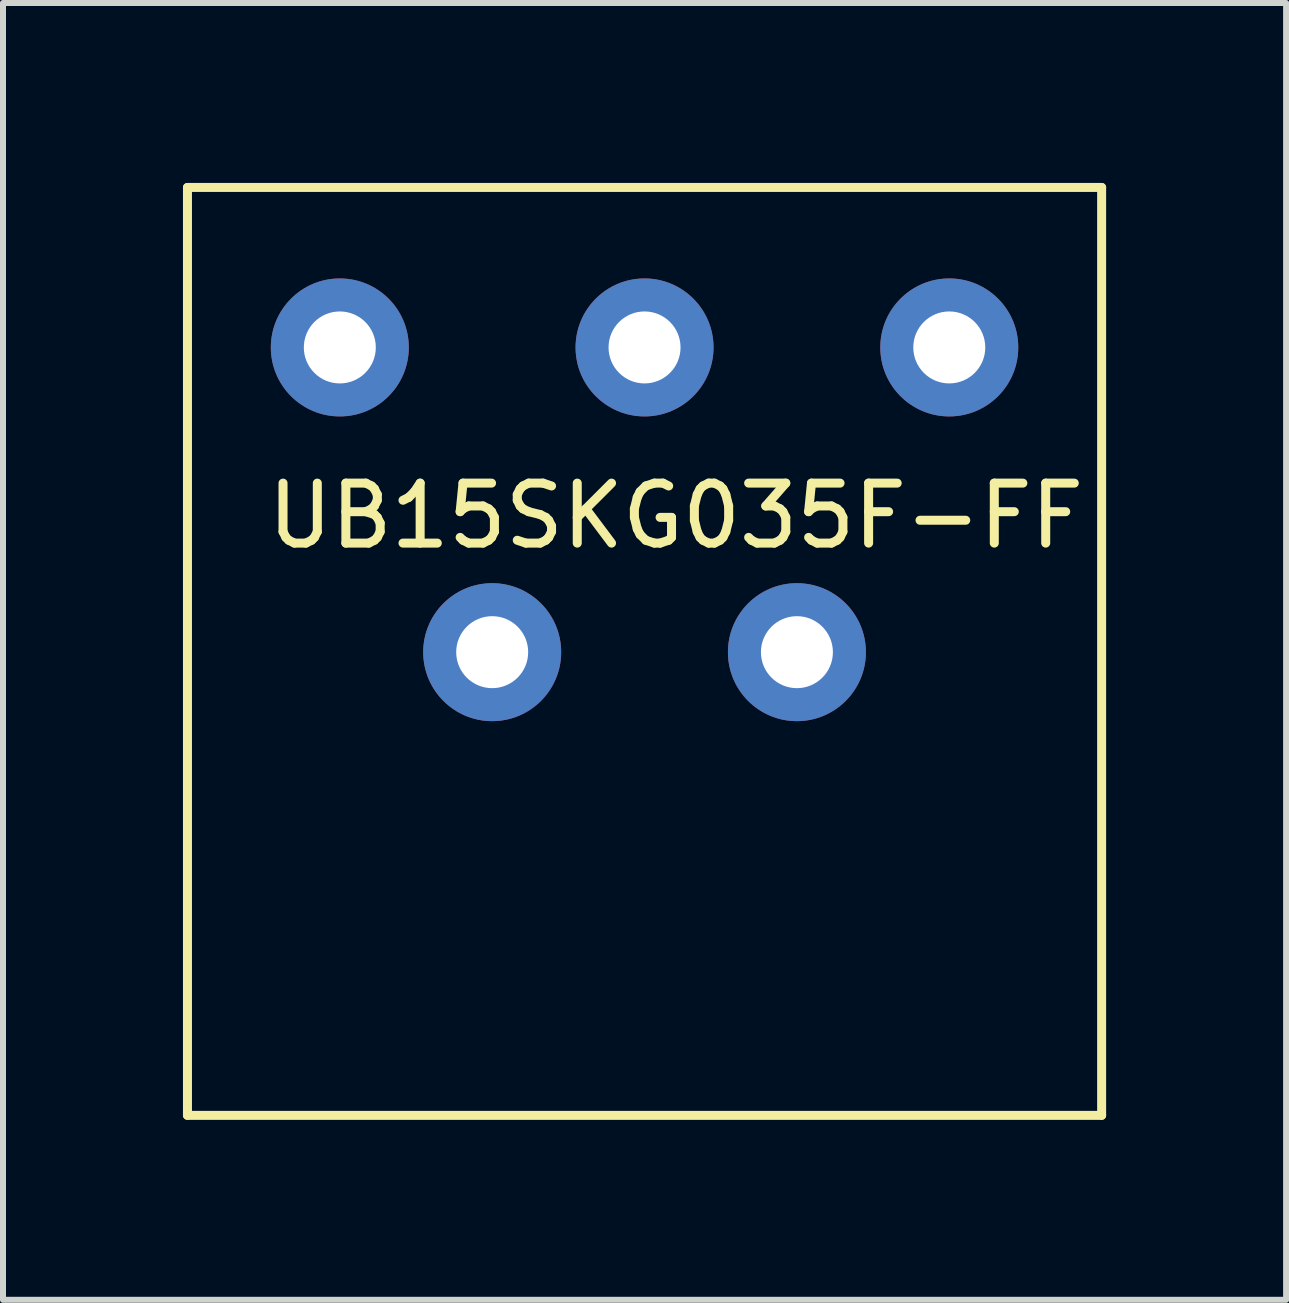
<source format=kicad_pcb>
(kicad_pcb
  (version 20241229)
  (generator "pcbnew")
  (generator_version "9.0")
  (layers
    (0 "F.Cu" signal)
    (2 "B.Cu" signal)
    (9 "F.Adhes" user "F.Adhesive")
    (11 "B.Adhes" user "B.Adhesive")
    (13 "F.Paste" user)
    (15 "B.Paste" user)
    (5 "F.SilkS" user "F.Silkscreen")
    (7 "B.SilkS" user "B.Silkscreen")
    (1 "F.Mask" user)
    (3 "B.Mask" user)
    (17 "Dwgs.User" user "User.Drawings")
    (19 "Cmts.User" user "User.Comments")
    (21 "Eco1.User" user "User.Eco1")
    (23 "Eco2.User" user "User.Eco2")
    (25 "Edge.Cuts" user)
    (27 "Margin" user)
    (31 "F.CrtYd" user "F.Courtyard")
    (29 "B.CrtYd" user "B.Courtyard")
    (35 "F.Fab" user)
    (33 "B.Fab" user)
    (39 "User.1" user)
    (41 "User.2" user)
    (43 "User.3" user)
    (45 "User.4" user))
  (footprint "UB15SKG035F-FF"
    (layer "F.Cu")
    (at 12.775 2.742)
    (property "Reference" "UB15SKG035F-FF" (at -4.559 2.807 0) (layer "F.SilkS") (effects (font (size 1 1) (thickness 0.15))))
    (attr through_hole)
    (fp_line (start -12.7 -2.667) (end -12.7 12.8) (stroke (width 0.15) (type solid)) (layer "F.SilkS"))
    (fp_line (start 2.54 -2.667) (end -12.7 -2.667) (stroke (width 0.15) (type solid)) (layer "F.SilkS"))
    (fp_line (start 2.54 -2.667) (end 2.54 12.8) (stroke (width 0.15) (type solid)) (layer "F.SilkS"))
    (fp_line (start 2.54 12.802) (end -12.7 12.802) (stroke (width 0.15) (type solid)) (layer "F.SilkS"))
    (pad "1" thru_hole circle (at 0 0) (size 2.3 2.3) (drill 1.2) (layers "*.Cu" "*.Mask"))
    (pad "2" thru_hole circle (at -5.08 0) (size 2.3 2.3) (drill 1.2) (layers "*.Cu" "*.Mask"))
    (pad "3" thru_hole circle (at -10.16 0) (size 2.3 2.3) (drill 1.2) (layers "*.Cu" "*.Mask"))
    (pad "4" thru_hole circle (at -7.62 5.08) (size 2.3 2.3) (drill 1.2) (layers "*.Cu" "*.Mask"))
    (pad "5" thru_hole circle (at -2.54 5.08) (size 2.3 2.3) (drill 1.2) (layers "*.Cu" "*.Mask")))
  (gr_rect
    (start -3 -3)
    (end 18.39 18.619)
    (stroke (width 0.1) (type default))
    (fill no)
    (layer "Edge.Cuts")))
</source>
